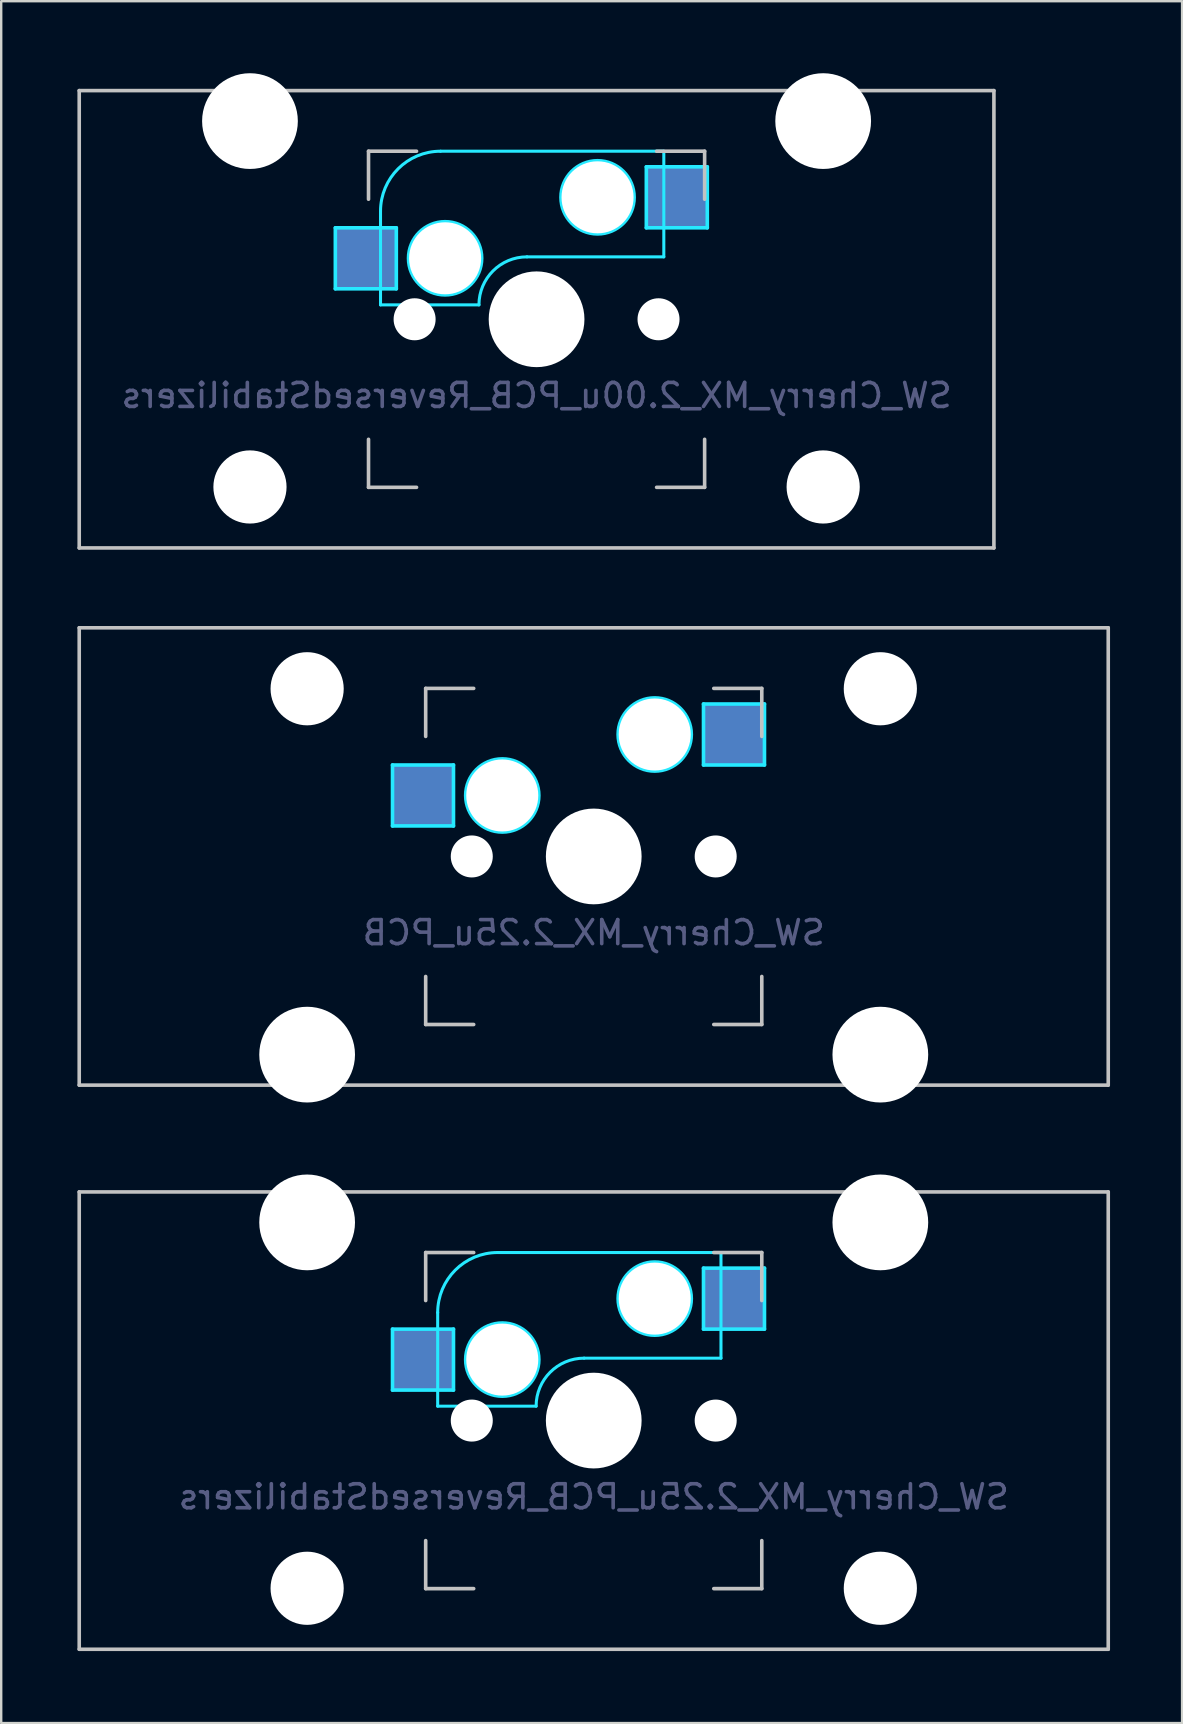
<source format=kicad_pcb>
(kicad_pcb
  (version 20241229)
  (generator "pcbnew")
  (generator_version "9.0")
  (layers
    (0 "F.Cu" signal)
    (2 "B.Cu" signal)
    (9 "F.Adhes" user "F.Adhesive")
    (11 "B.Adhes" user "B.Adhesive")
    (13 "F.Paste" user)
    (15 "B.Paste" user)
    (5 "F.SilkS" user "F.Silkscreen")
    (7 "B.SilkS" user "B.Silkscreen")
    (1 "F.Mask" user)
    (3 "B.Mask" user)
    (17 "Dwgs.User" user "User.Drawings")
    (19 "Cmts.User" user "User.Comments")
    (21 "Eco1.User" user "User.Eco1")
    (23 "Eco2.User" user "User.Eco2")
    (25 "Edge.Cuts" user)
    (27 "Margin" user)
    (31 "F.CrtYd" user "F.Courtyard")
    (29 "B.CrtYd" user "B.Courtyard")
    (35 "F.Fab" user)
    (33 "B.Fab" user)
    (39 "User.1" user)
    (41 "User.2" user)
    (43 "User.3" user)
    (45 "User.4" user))
  (footprint "SW_Cherry_MX_2.00u_PCB_ReversedStabilizers"
    (layer "F.Cu")
    (at 0.25 0.724)
    (property "Reference" "SW_Cherry_MX_2.00u_PCB_ReversedStabilizers" (at 19.05 12.7 0) (layer "B.Fab") (effects (font (size 1 1) (thickness 0.15)) (justify mirror)))
    (attr smd)
    (fp_line (start 0 0) (end 38.1 0) (stroke (width 0.15) (type solid)) (layer "Dwgs.User"))
    (fp_line (start 0 19.05) (end 0 0) (stroke (width 0.15) (type solid)) (layer "Dwgs.User"))
    (fp_line (start 12.05 2.525) (end 12.05 4.525) (stroke (width 0.15) (type solid)) (layer "Dwgs.User"))
    (fp_line (start 12.05 14.525) (end 12.05 16.525) (stroke (width 0.15) (type solid)) (layer "Dwgs.User"))
    (fp_line (start 12.05 16.525) (end 14.05 16.525) (stroke (width 0.15) (type solid)) (layer "Dwgs.User"))
    (fp_line (start 14.05 2.525) (end 12.05 2.525) (stroke (width 0.15) (type solid)) (layer "Dwgs.User"))
    (fp_line (start 24.05 2.525) (end 26.05 2.525) (stroke (width 0.15) (type solid)) (layer "Dwgs.User"))
    (fp_line (start 24.05 16.525) (end 26.05 16.525) (stroke (width 0.15) (type solid)) (layer "Dwgs.User"))
    (fp_line (start 26.05 2.525) (end 26.05 4.525) (stroke (width 0.15) (type solid)) (layer "Dwgs.User"))
    (fp_line (start 26.05 16.525) (end 26.05 14.525) (stroke (width 0.15) (type solid)) (layer "Dwgs.User"))
    (fp_line (start 38.1 0) (end 38.1 19.05) (stroke (width 0.15) (type solid)) (layer "Dwgs.User"))
    (fp_line (start 38.1 19.05) (end 0 19.05) (stroke (width 0.15) (type solid)) (layer "Dwgs.User"))
    (fp_line (start 10.668 5.715) (end 13.208 5.715) (stroke (width 0.15) (type solid)) (layer "B.CrtYd"))
    (fp_line (start 10.668 8.255) (end 10.668 5.715) (stroke (width 0.15) (type solid)) (layer "B.CrtYd"))
    (fp_line (start 12.55 5.025) (end 12.55 8.925) (stroke (width 0.127) (type solid)) (layer "B.CrtYd"))
    (fp_line (start 12.55 8.925) (end 16.65 8.925) (stroke (width 0.127) (type solid)) (layer "B.CrtYd"))
    (fp_line (start 13.208 5.715) (end 13.208 8.255) (stroke (width 0.15) (type solid)) (layer "B.CrtYd"))
    (fp_line (start 13.208 8.255) (end 10.668 8.255) (stroke (width 0.15) (type solid)) (layer "B.CrtYd"))
    (fp_line (start 18.65 6.925) (end 24.35 6.925) (stroke (width 0.127) (type solid)) (layer "B.CrtYd"))
    (fp_line (start 23.622 3.175) (end 26.162 3.175) (stroke (width 0.15) (type solid)) (layer "B.CrtYd"))
    (fp_line (start 23.622 5.715) (end 23.622 3.175) (stroke (width 0.15) (type solid)) (layer "B.CrtYd"))
    (fp_line (start 24.35 2.525) (end 15.05 2.525) (stroke (width 0.127) (type solid)) (layer "B.CrtYd"))
    (fp_line (start 24.35 2.525) (end 24.35 6.925) (stroke (width 0.127) (type solid)) (layer "B.CrtYd"))
    (fp_line (start 26.162 3.175) (end 26.162 5.715) (stroke (width 0.15) (type solid)) (layer "B.CrtYd"))
    (fp_line (start 26.162 5.715) (end 23.622 5.715) (stroke (width 0.15) (type solid)) (layer "B.CrtYd"))
    (fp_arc (start 12.55 5.025) (mid 13.282233 3.257233) (end 15.05 2.525) (stroke (width 0.127) (type solid)) (layer "B.CrtYd"))
    (fp_arc (start 16.65 8.925) (mid 17.235786 7.510786) (end 18.65 6.925) (stroke (width 0.127) (type solid)) (layer "B.CrtYd"))
    (fp_circle (center 15.24 6.985) (end 15.24 5.461) (stroke (width 0.15) (type solid)) (fill no) (layer "B.CrtYd"))
    (fp_circle (center 21.59 4.445) (end 21.59 2.921) (stroke (width 0.15) (type solid)) (fill no) (layer "B.CrtYd"))
    (pad "" np_thru_hole circle (at 7.112 1.27) (size 3.988 3.988) (drill 3.988) (layers "*.Cu" "*.Mask"))
    (pad "" np_thru_hole circle (at 7.112 16.51) (size 3.048 3.048) (drill 3.048) (layers "*.Cu" "*.Mask"))
    (pad "" np_thru_hole circle (at 13.97 9.525 48.1) (size 1.75 1.75) (drill 1.75) (layers "*.Cu" "*.Mask"))
    (pad "" np_thru_hole circle (at 15.24 6.985) (size 3 3) (drill 3) (layers "*.Cu" "*.Mask"))
    (pad "" np_thru_hole circle (at 19.05 9.525) (size 3.988 3.988) (drill 3.988) (layers "*.Cu" "*.Mask"))
    (pad "" np_thru_hole circle (at 21.59 4.445) (size 3 3) (drill 3) (layers "*.Cu" "*.Mask"))
    (pad "" np_thru_hole circle (at 24.13 9.525 48.1) (size 1.75 1.75) (drill 1.75) (layers "*.Cu" "*.Mask"))
    (pad "" np_thru_hole circle (at 30.988 1.27) (size 3.988 3.988) (drill 3.988) (layers "*.Cu" "*.Mask"))
    (pad "" np_thru_hole circle (at 30.988 16.51) (size 3.048 3.048) (drill 3.048) (layers "*.Cu" "*.Mask"))
    (pad "1" smd rect (at 11.965 6.985) (size 2.55 2.5) (layers "B.Cu" "B.Mask" "B.Paste"))
    (pad "2" smd rect (at 24.892 4.445) (size 2.55 2.5) (layers "B.Cu" "B.Mask" "B.Paste")))
  (footprint "SW_Cherry_MX_2.25u_PCB"
    (layer "F.Cu")
    (at 0.25 23.099)
    (property "Reference" "SW_Cherry_MX_2.25u_PCB" (at 21.431 12.7 0) (layer "B.Fab") (effects (font (size 1 1) (thickness 0.15)) (justify mirror)))
    (attr smd)
    (fp_line (start 0 0) (end 42.862 0) (stroke (width 0.15) (type solid)) (layer "Dwgs.User"))
    (fp_line (start 0 19.05) (end 0 0) (stroke (width 0.15) (type solid)) (layer "Dwgs.User"))
    (fp_line (start 14.431 2.525) (end 14.431 4.525) (stroke (width 0.15) (type solid)) (layer "Dwgs.User"))
    (fp_line (start 14.431 14.525) (end 14.431 16.525) (stroke (width 0.15) (type solid)) (layer "Dwgs.User"))
    (fp_line (start 14.431 16.525) (end 16.431 16.525) (stroke (width 0.15) (type solid)) (layer "Dwgs.User"))
    (fp_line (start 16.431 2.525) (end 14.431 2.525) (stroke (width 0.15) (type solid)) (layer "Dwgs.User"))
    (fp_line (start 26.431 2.525) (end 28.431 2.525) (stroke (width 0.15) (type solid)) (layer "Dwgs.User"))
    (fp_line (start 26.431 16.525) (end 28.431 16.525) (stroke (width 0.15) (type solid)) (layer "Dwgs.User"))
    (fp_line (start 28.431 2.525) (end 28.431 4.525) (stroke (width 0.15) (type solid)) (layer "Dwgs.User"))
    (fp_line (start 28.431 16.525) (end 28.431 14.525) (stroke (width 0.15) (type solid)) (layer "Dwgs.User"))
    (fp_line (start 42.862 0) (end 42.862 19.05) (stroke (width 0.15) (type solid)) (layer "Dwgs.User"))
    (fp_line (start 42.862 19.05) (end 0 19.05) (stroke (width 0.15) (type solid)) (layer "Dwgs.User"))
    (fp_line (start 13.049 5.715) (end 15.589 5.715) (stroke (width 0.15) (type solid)) (layer "B.CrtYd"))
    (fp_line (start 13.049 8.255) (end 13.049 5.715) (stroke (width 0.15) (type solid)) (layer "B.CrtYd"))
    (fp_line (start 15.589 5.715) (end 15.589 8.255) (stroke (width 0.15) (type solid)) (layer "B.CrtYd"))
    (fp_line (start 15.589 8.255) (end 13.049 8.255) (stroke (width 0.15) (type solid)) (layer "B.CrtYd"))
    (fp_line (start 26.003 3.175) (end 28.543 3.175) (stroke (width 0.15) (type solid)) (layer "B.CrtYd"))
    (fp_line (start 26.003 5.715) (end 26.003 3.175) (stroke (width 0.15) (type solid)) (layer "B.CrtYd"))
    (fp_line (start 28.543 3.175) (end 28.543 5.715) (stroke (width 0.15) (type solid)) (layer "B.CrtYd"))
    (fp_line (start 28.543 5.715) (end 26.003 5.715) (stroke (width 0.15) (type solid)) (layer "B.CrtYd"))
    (fp_circle (center 17.621 6.985) (end 17.621 5.461) (stroke (width 0.15) (type solid)) (fill no) (layer "B.CrtYd"))
    (fp_circle (center 23.971 4.445) (end 23.971 2.921) (stroke (width 0.15) (type solid)) (fill no) (layer "B.CrtYd"))
    (pad "" np_thru_hole circle (at 9.493 2.54) (size 3.048 3.048) (drill 3.048) (layers "*.Cu" "*.Mask"))
    (pad "" np_thru_hole circle (at 9.493 17.78) (size 3.988 3.988) (drill 3.988) (layers "*.Cu" "*.Mask"))
    (pad "" np_thru_hole circle (at 16.351 9.525 48.1) (size 1.75 1.75) (drill 1.75) (layers "*.Cu" "*.Mask"))
    (pad "" np_thru_hole circle (at 17.621 6.985) (size 3 3) (drill 3) (layers "*.Cu" "*.Mask"))
    (pad "" np_thru_hole circle (at 21.431 9.525) (size 3.988 3.988) (drill 3.988) (layers "*.Cu" "*.Mask"))
    (pad "" np_thru_hole circle (at 23.971 4.445) (size 3 3) (drill 3) (layers "*.Cu" "*.Mask"))
    (pad "" np_thru_hole circle (at 26.511 9.525 48.1) (size 1.75 1.75) (drill 1.75) (layers "*.Cu" "*.Mask"))
    (pad "" np_thru_hole circle (at 33.369 2.54) (size 3.048 3.048) (drill 3.048) (layers "*.Cu" "*.Mask"))
    (pad "" np_thru_hole circle (at 33.369 17.78) (size 3.988 3.988) (drill 3.988) (layers "*.Cu" "*.Mask"))
    (pad "1" smd rect (at 14.346 6.985) (size 2.55 2.5) (layers "B.Cu" "B.Mask" "B.Paste"))
    (pad "2" smd rect (at 27.273 4.445) (size 2.55 2.5) (layers "B.Cu" "B.Mask" "B.Paste")))
  (footprint "SW_Cherry_MX_2.25u_PCB_ReversedStabilizers"
    (layer "F.Cu")
    (at 0.25 46.597)
    (property "Reference" "SW_Cherry_MX_2.25u_PCB_ReversedStabilizers" (at 21.431 12.7 0) (layer "B.Fab") (effects (font (size 1 1) (thickness 0.15)) (justify mirror)))
    (attr smd)
    (fp_line (start 0 0) (end 42.862 0) (stroke (width 0.15) (type solid)) (layer "Dwgs.User"))
    (fp_line (start 0 19.05) (end 0 0) (stroke (width 0.15) (type solid)) (layer "Dwgs.User"))
    (fp_line (start 14.431 2.525) (end 14.431 4.525) (stroke (width 0.15) (type solid)) (layer "Dwgs.User"))
    (fp_line (start 14.431 14.525) (end 14.431 16.525) (stroke (width 0.15) (type solid)) (layer "Dwgs.User"))
    (fp_line (start 14.431 16.525) (end 16.431 16.525) (stroke (width 0.15) (type solid)) (layer "Dwgs.User"))
    (fp_line (start 16.431 2.525) (end 14.431 2.525) (stroke (width 0.15) (type solid)) (layer "Dwgs.User"))
    (fp_line (start 26.431 2.525) (end 28.431 2.525) (stroke (width 0.15) (type solid)) (layer "Dwgs.User"))
    (fp_line (start 26.431 16.525) (end 28.431 16.525) (stroke (width 0.15) (type solid)) (layer "Dwgs.User"))
    (fp_line (start 28.431 2.525) (end 28.431 4.525) (stroke (width 0.15) (type solid)) (layer "Dwgs.User"))
    (fp_line (start 28.431 16.525) (end 28.431 14.525) (stroke (width 0.15) (type solid)) (layer "Dwgs.User"))
    (fp_line (start 42.862 0) (end 42.862 19.05) (stroke (width 0.15) (type solid)) (layer "Dwgs.User"))
    (fp_line (start 42.862 19.05) (end 0 19.05) (stroke (width 0.15) (type solid)) (layer "Dwgs.User"))
    (fp_line (start 13.049 5.715) (end 15.589 5.715) (stroke (width 0.15) (type solid)) (layer "B.CrtYd"))
    (fp_line (start 13.049 8.255) (end 13.049 5.715) (stroke (width 0.15) (type solid)) (layer "B.CrtYd"))
    (fp_line (start 14.931 5.025) (end 14.931 8.925) (stroke (width 0.127) (type solid)) (layer "B.CrtYd"))
    (fp_line (start 14.931 8.925) (end 19.031 8.925) (stroke (width 0.127) (type solid)) (layer "B.CrtYd"))
    (fp_line (start 15.589 5.715) (end 15.589 8.255) (stroke (width 0.15) (type solid)) (layer "B.CrtYd"))
    (fp_line (start 15.589 8.255) (end 13.049 8.255) (stroke (width 0.15) (type solid)) (layer "B.CrtYd"))
    (fp_line (start 21.031 6.925) (end 26.731 6.925) (stroke (width 0.127) (type solid)) (layer "B.CrtYd"))
    (fp_line (start 26.003 3.175) (end 28.543 3.175) (stroke (width 0.15) (type solid)) (layer "B.CrtYd"))
    (fp_line (start 26.003 5.715) (end 26.003 3.175) (stroke (width 0.15) (type solid)) (layer "B.CrtYd"))
    (fp_line (start 26.731 2.525) (end 17.431 2.525) (stroke (width 0.127) (type solid)) (layer "B.CrtYd"))
    (fp_line (start 26.731 2.525) (end 26.731 6.925) (stroke (width 0.127) (type solid)) (layer "B.CrtYd"))
    (fp_line (start 28.543 3.175) (end 28.543 5.715) (stroke (width 0.15) (type solid)) (layer "B.CrtYd"))
    (fp_line (start 28.543 5.715) (end 26.003 5.715) (stroke (width 0.15) (type solid)) (layer "B.CrtYd"))
    (fp_arc (start 14.93125 5.025) (mid 15.663483 3.257233) (end 17.43125 2.525) (stroke (width 0.127) (type solid)) (layer "B.CrtYd"))
    (fp_arc (start 19.03125 8.925) (mid 19.617036 7.510786) (end 21.03125 6.925) (stroke (width 0.127) (type solid)) (layer "B.CrtYd"))
    (fp_circle (center 17.621 6.985) (end 17.621 5.461) (stroke (width 0.15) (type solid)) (fill no) (layer "B.CrtYd"))
    (fp_circle (center 23.971 4.445) (end 23.971 2.921) (stroke (width 0.15) (type solid)) (fill no) (layer "B.CrtYd"))
    (pad "" np_thru_hole circle (at 9.493 1.27) (size 3.988 3.988) (drill 3.988) (layers "*.Cu" "*.Mask"))
    (pad "" np_thru_hole circle (at 9.493 16.51) (size 3.048 3.048) (drill 3.048) (layers "*.Cu" "*.Mask"))
    (pad "" np_thru_hole circle (at 16.351 9.525 48.1) (size 1.75 1.75) (drill 1.75) (layers "*.Cu" "*.Mask"))
    (pad "" np_thru_hole circle (at 17.621 6.985) (size 3 3) (drill 3) (layers "*.Cu" "*.Mask"))
    (pad "" np_thru_hole circle (at 21.431 9.525) (size 3.988 3.988) (drill 3.988) (layers "*.Cu" "*.Mask"))
    (pad "" np_thru_hole circle (at 23.971 4.445) (size 3 3) (drill 3) (layers "*.Cu" "*.Mask"))
    (pad "" np_thru_hole circle (at 26.511 9.525 48.1) (size 1.75 1.75) (drill 1.75) (layers "*.Cu" "*.Mask"))
    (pad "" np_thru_hole circle (at 33.369 1.27) (size 3.988 3.988) (drill 3.988) (layers "*.Cu" "*.Mask"))
    (pad "" np_thru_hole circle (at 33.369 16.51) (size 3.048 3.048) (drill 3.048) (layers "*.Cu" "*.Mask"))
    (pad "1" smd rect (at 14.346 6.985) (size 2.55 2.5) (layers "B.Cu" "B.Mask" "B.Paste"))
    (pad "2" smd rect (at 27.273 4.445) (size 2.55 2.5) (layers "B.Cu" "B.Mask" "B.Paste")))
  (gr_rect
    (start -3 -3)
    (end 46.188 68.722)
    (stroke (width 0.1) (type default))
    (fill no)
    (layer "Edge.Cuts")))
</source>
